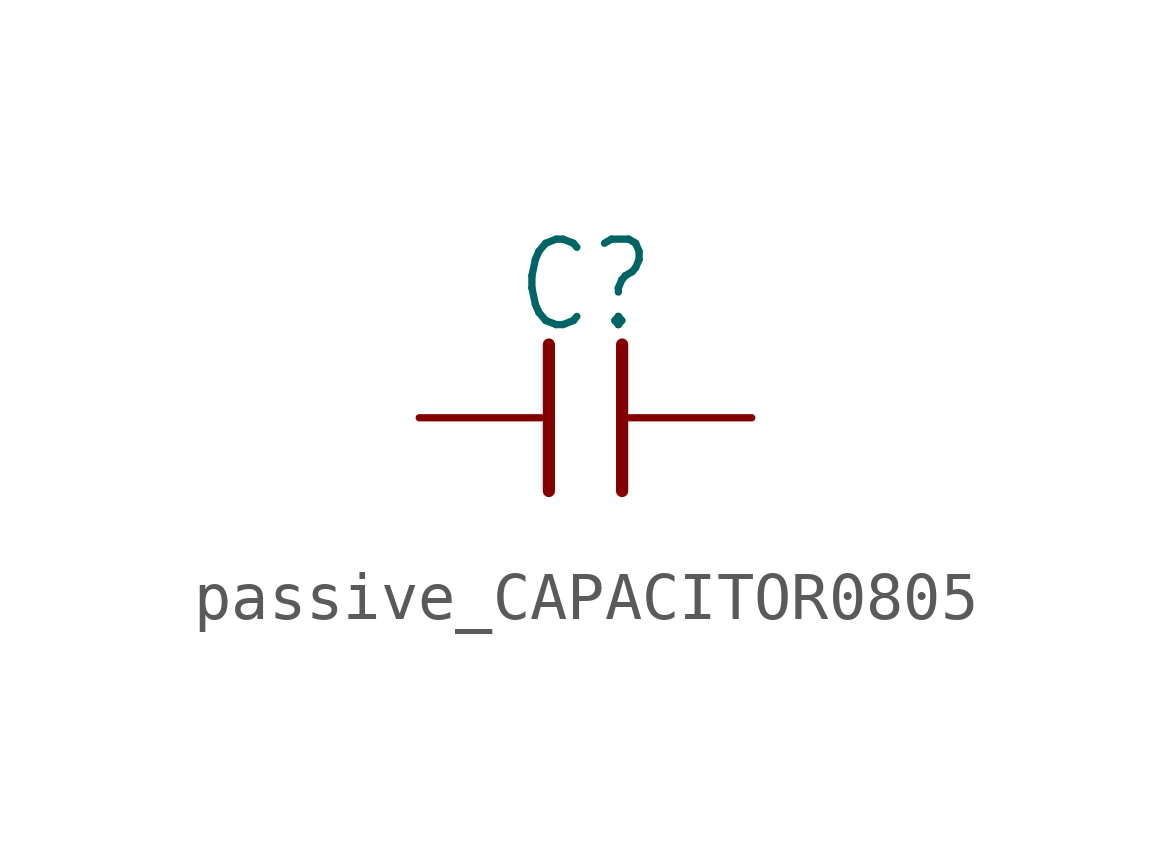
<source format=kicad_sym>
(kicad_symbol_lib
  (version 20241209)
  (generator "kicad_symbol_editor")
  (generator_version "9.0")
  (symbol "passive_CAPACITOR0805"
    (property "Reference" "C"
      (at 0 1.714 0)
      (effects (font (size 1.778 1.511)) (justify bottom)))
    (property "Value" ""
      (at 0 -1.714 0)
      (effects (font (size 1.778 1.511)) (justify top)))
    (property "ki_locked" ""
      (at 0 0 0)
      (effects (font (size 1.27 1.27))))
    (symbol "passive_CAPACITOR0805_1_0"
      (polyline (pts (xy -0.762 1.524) (xy -0.762 -1.524)) (stroke (width 0.254) (type solid)) (fill (type none)))
      (polyline (pts (xy 0.762 -1.524) (xy 0.762 1.524)) (stroke (width 0.254) (type solid)) (fill (type none)))
      (pin bidirectional line (at -3.46 0 0) (length 2.54) (name "P$1" (effects (font (size 0 0)))) (number "1" (effects (font (size 0 0)))))
      (pin bidirectional line (at 3.46 0 180) (length 2.54) (name "P$2" (effects (font (size 0 0)))) (number "2" (effects (font (size 0 0))))))))
</source>
